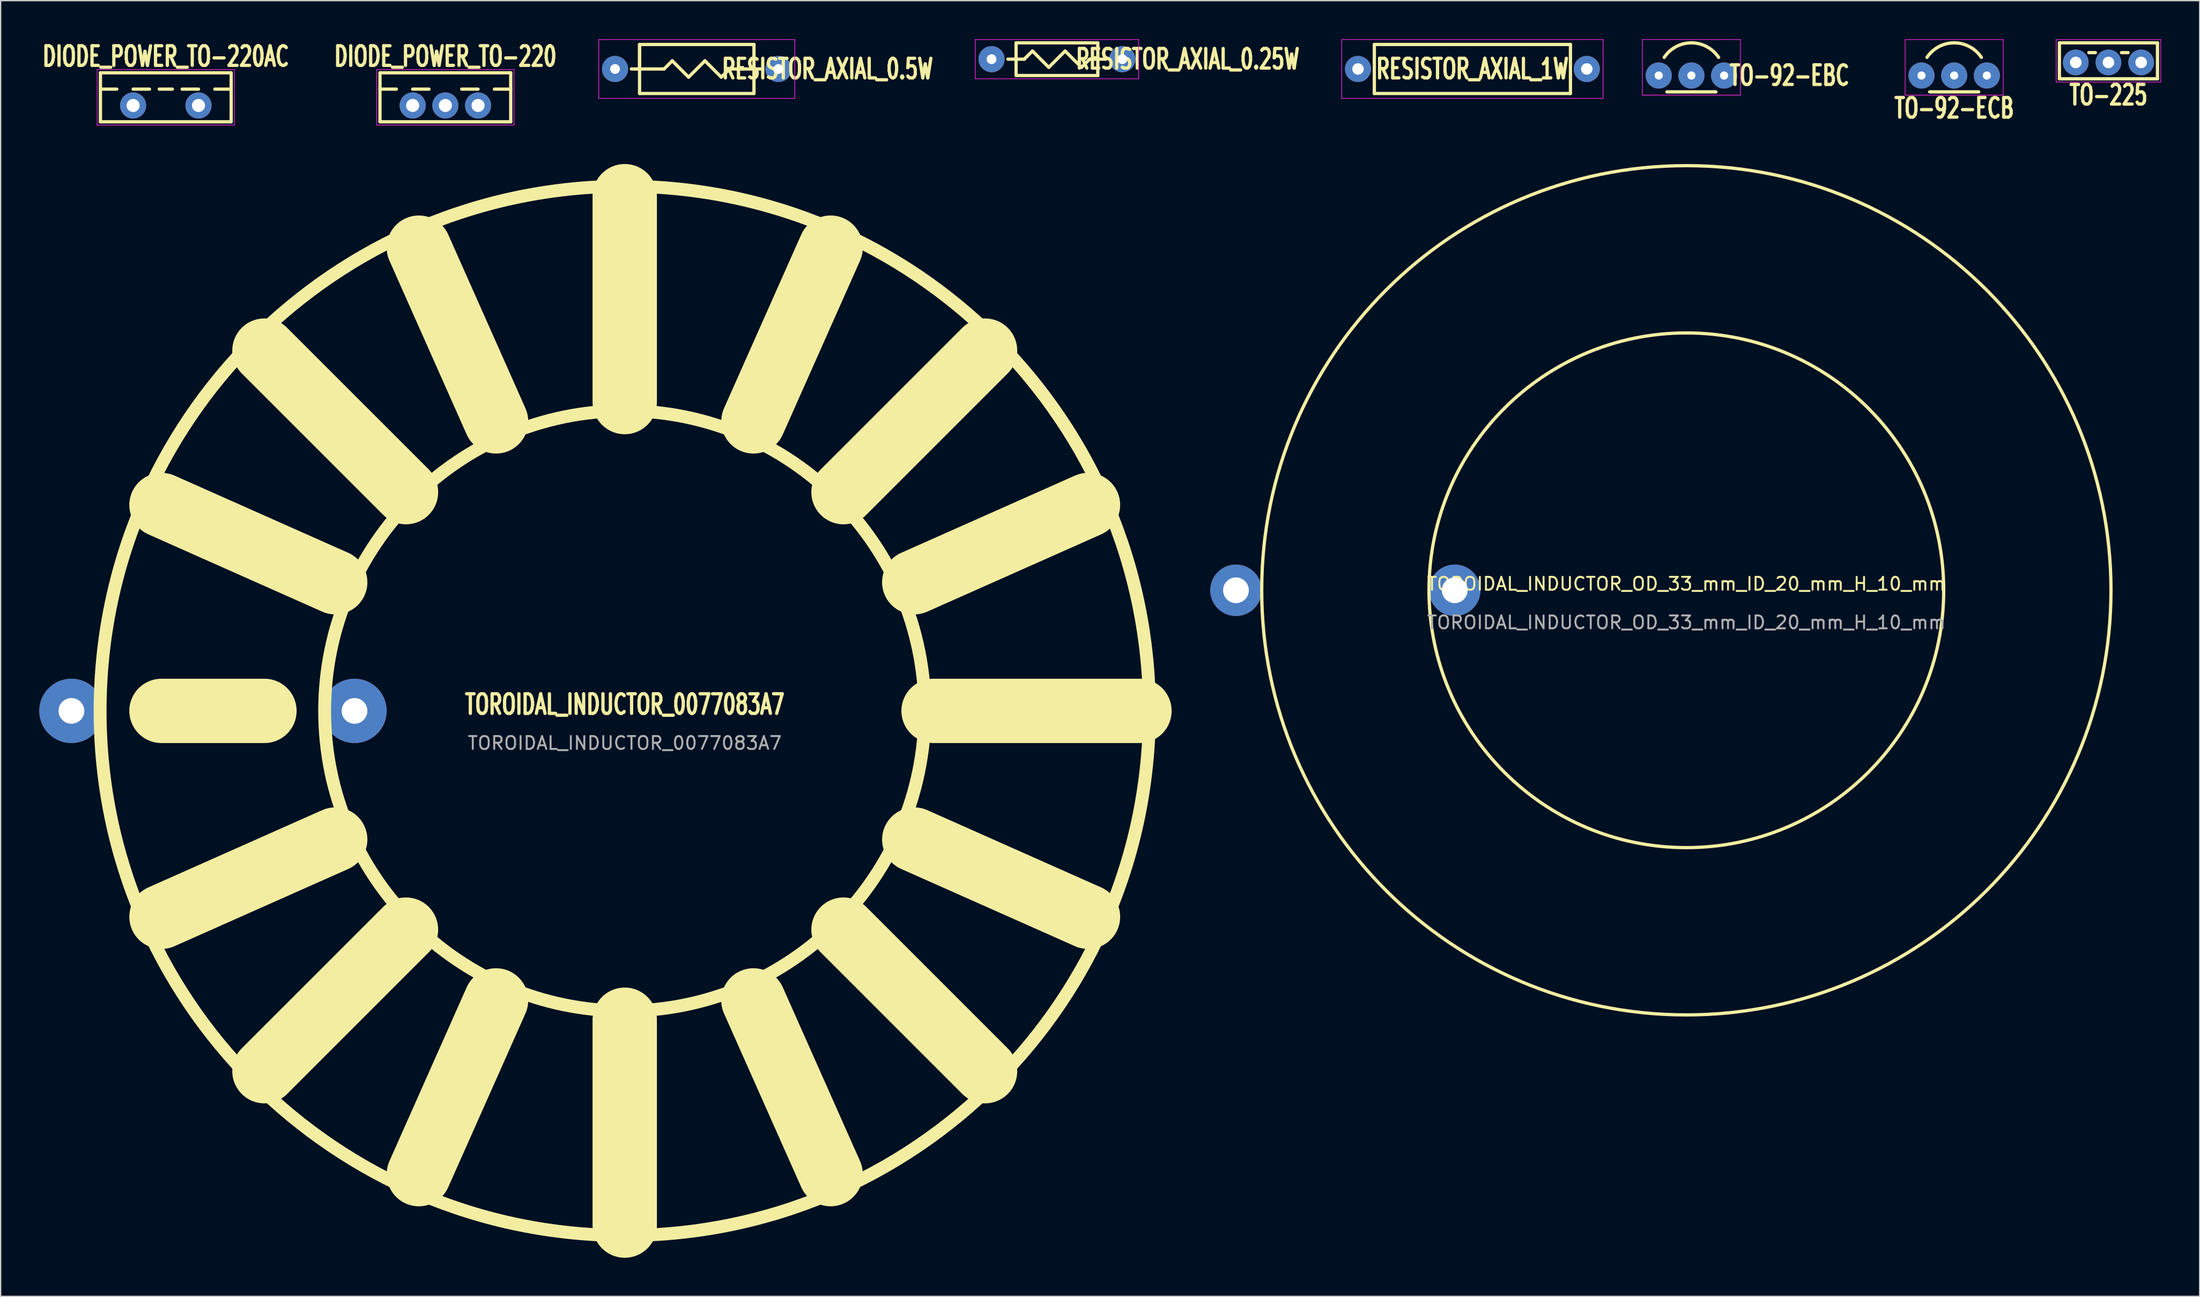
<source format=kicad_pcb>
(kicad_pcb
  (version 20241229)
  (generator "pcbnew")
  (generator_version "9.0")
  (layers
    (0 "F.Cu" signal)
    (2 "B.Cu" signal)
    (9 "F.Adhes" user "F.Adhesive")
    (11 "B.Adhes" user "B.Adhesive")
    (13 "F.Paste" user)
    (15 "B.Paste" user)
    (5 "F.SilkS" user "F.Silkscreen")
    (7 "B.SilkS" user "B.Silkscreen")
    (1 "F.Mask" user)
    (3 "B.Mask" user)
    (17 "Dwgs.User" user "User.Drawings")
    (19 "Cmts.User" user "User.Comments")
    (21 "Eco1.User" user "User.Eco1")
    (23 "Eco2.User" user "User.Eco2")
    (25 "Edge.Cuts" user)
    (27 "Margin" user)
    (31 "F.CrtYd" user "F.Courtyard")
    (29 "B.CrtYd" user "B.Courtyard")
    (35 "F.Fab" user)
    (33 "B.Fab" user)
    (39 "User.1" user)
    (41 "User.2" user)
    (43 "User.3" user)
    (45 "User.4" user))
  (footprint "RESISTOR_AXIAL_0.5W"
    (layer "F.Cu")
    (at 51.097 2.311)
    (property "Reference" "RESISTOR_AXIAL_0.5W" (at 10.16 0 0) (layer "F.SilkS") (effects (font (size 1.524 1.016) (thickness 0.254))))
    (attr through_hole)
    (fp_line (start -4.445 -1.905) (end -4.445 0) (stroke (width 0.254) (type solid)) (layer "F.SilkS"))
    (fp_line (start -4.445 -1.905) (end -4.445 1.905) (stroke (width 0.254) (type solid)) (layer "F.SilkS"))
    (fp_line (start -4.445 1.905) (end 4.445 1.905) (stroke (width 0.254) (type solid)) (layer "F.SilkS"))
    (fp_line (start -2.54 0) (end -5.08 0) (stroke (width 0.254) (type solid)) (layer "F.SilkS"))
    (fp_line (start -1.905 -0.635) (end -2.54 0) (stroke (width 0.254) (type solid)) (layer "F.SilkS"))
    (fp_line (start -0.635 0.635) (end -1.905 -0.635) (stroke (width 0.254) (type solid)) (layer "F.SilkS"))
    (fp_line (start 0.635 -0.635) (end -0.635 0.635) (stroke (width 0.254) (type solid)) (layer "F.SilkS"))
    (fp_line (start 0.635 -0.635) (end 1.905 0.635) (stroke (width 0.254) (type solid)) (layer "F.SilkS"))
    (fp_line (start 1.905 0.635) (end 2.54 0) (stroke (width 0.254) (type solid)) (layer "F.SilkS"))
    (fp_line (start 2.54 0) (end 5.08 0) (stroke (width 0.254) (type solid)) (layer "F.SilkS"))
    (fp_line (start 4.445 -1.905) (end -4.445 -1.905) (stroke (width 0.254) (type solid)) (layer "F.SilkS"))
    (fp_line (start 4.445 1.905) (end 4.445 -1.905) (stroke (width 0.254) (type solid)) (layer "F.SilkS"))
    (fp_line (start -7.62 -2.286) (end 7.62 -2.286) (stroke (width 0.051) (type solid)) (layer "F.CrtYd"))
    (fp_line (start -7.62 2.286) (end -7.62 -2.286) (stroke (width 0.051) (type solid)) (layer "F.CrtYd"))
    (fp_line (start 7.62 -2.286) (end 7.62 2.286) (stroke (width 0.051) (type solid)) (layer "F.CrtYd"))
    (fp_line (start 7.62 2.286) (end -7.62 2.286) (stroke (width 0.051) (type solid)) (layer "F.CrtYd"))
    (pad "1" thru_hole circle (at -6.35 0) (size 2.032 2.032) (drill 0.762) (layers "*.Cu" "*.Mask"))
    (pad "2" thru_hole circle (at 6.35 0) (size 2.032 2.032) (drill 0.762) (layers "*.Cu" "*.Mask")))
  (footprint "TO-92-ECB"
    (layer "F.Cu")
    (at 148.814 2.819)
    (property "Reference" "TO-92-ECB" (at 0 2.54 0) (layer "F.SilkS") (effects (font (size 1.524 1.016) (thickness 0.254))))
    (attr through_hole)
    (fp_line (start -1.905 1.27) (end 1.905 1.27) (stroke (width 0.254) (type solid)) (layer "F.SilkS"))
    (fp_arc (start -2.113408 -1.408938) (mid -1.198519 -2.239453) (end 0 -2.54) (stroke (width 0.254) (type solid)) (layer "F.SilkS"))
    (fp_arc (start 0 -2.54) (mid 1.198519 -2.239453) (end 2.113408 -1.408938) (stroke (width 0.254) (type solid)) (layer "F.SilkS"))
    (fp_line (start -3.81 -2.794) (end -3.81 1.524) (stroke (width 0.051) (type solid)) (layer "F.CrtYd"))
    (fp_line (start -3.81 -2.794) (end 3.81 -2.794) (stroke (width 0.051) (type solid)) (layer "F.CrtYd"))
    (fp_line (start -3.81 1.524) (end 3.81 1.524) (stroke (width 0.051) (type solid)) (layer "F.CrtYd"))
    (fp_line (start 3.81 1.524) (end 3.81 -2.794) (stroke (width 0.051) (type solid)) (layer "F.CrtYd"))
    (pad "1" thru_hole circle (at 0 0) (size 2.032 2.032) (drill 0.635) (layers "*.Cu" "*.Mask"))
    (pad "2" thru_hole circle (at 2.54 0) (size 2.032 2.032) (drill 0.635) (layers "*.Cu" "*.Mask"))
    (pad "3" thru_hole circle (at -2.54 0) (size 2.032 2.032) (drill 0.635) (layers "*.Cu" "*.Mask")))
  (footprint "RESISTOR_AXIAL_1W"
    (layer "F.Cu")
    (at 111.373 2.311)
    (property "Reference" "RESISTOR_AXIAL_1W" (at 0 0 0) (layer "F.SilkS") (effects (font (size 1.524 1.016) (thickness 0.254))))
    (attr through_hole)
    (fp_line (start -7.62 -1.905) (end -7.62 1.905) (stroke (width 0.254) (type solid)) (layer "F.SilkS"))
    (fp_line (start -7.62 1.905) (end 7.62 1.905) (stroke (width 0.254) (type solid)) (layer "F.SilkS"))
    (fp_line (start 7.62 -1.905) (end -7.62 -1.905) (stroke (width 0.254) (type solid)) (layer "F.SilkS"))
    (fp_line (start 7.62 1.905) (end 7.62 -1.905) (stroke (width 0.254) (type solid)) (layer "F.SilkS"))
    (fp_line (start -10.16 -2.286) (end 10.16 -2.286) (stroke (width 0.051) (type solid)) (layer "F.CrtYd"))
    (fp_line (start -10.16 2.286) (end -10.16 -2.286) (stroke (width 0.051) (type solid)) (layer "F.CrtYd"))
    (fp_line (start 10.16 -2.286) (end 10.16 2.286) (stroke (width 0.051) (type solid)) (layer "F.CrtYd"))
    (fp_line (start 10.16 2.286) (end -10.16 2.286) (stroke (width 0.051) (type solid)) (layer "F.CrtYd"))
    (pad "1" thru_hole circle (at -8.89 0) (size 2.032 2.032) (drill 0.889) (layers "*.Cu" "*.Mask"))
    (pad "2" thru_hole circle (at 8.89 0) (size 2.032 2.032) (drill 0.889) (layers "*.Cu" "*.Mask")))
  (footprint "TOROIDAL_INDUCTOR_0077083A7"
    (layer "F.Cu")
    (at 45.5 52.197)
    (property "Reference" "TOROIDAL_INDUCTOR_0077083A7" (at 0 -0.5 0) (unlocked yes) (layer "F.SilkS") (effects (font (size 1.524 1.016) (thickness 0.254))))
    (attr through_hole)
    (fp_line (start -36 -16) (end -22.5 -10) (stroke (width 5) (type solid)) (layer "F.SilkS"))
    (fp_line (start -36 0) (end -28 0) (stroke (width 5) (type solid)) (layer "F.SilkS"))
    (fp_line (start -36 16) (end -22.5 10) (stroke (width 5) (type solid)) (layer "F.SilkS"))
    (fp_line (start -28 -28) (end -17 -17) (stroke (width 5) (type solid)) (layer "F.SilkS"))
    (fp_line (start -28 28) (end -17 17) (stroke (width 5) (type solid)) (layer "F.SilkS"))
    (fp_line (start -16 -36) (end -10 -22.5) (stroke (width 5) (type solid)) (layer "F.SilkS"))
    (fp_line (start -16 36) (end -10 22.5) (stroke (width 5) (type solid)) (layer "F.SilkS"))
    (fp_line (start 0 -40) (end 0 -24) (stroke (width 5) (type solid)) (layer "F.SilkS"))
    (fp_line (start 0 24) (end 0 40) (stroke (width 5) (type solid)) (layer "F.SilkS"))
    (fp_line (start 16 -36) (end 10 -22.5) (stroke (width 5) (type solid)) (layer "F.SilkS"))
    (fp_line (start 16 36) (end 10 22.5) (stroke (width 5) (type solid)) (layer "F.SilkS"))
    (fp_line (start 24 0) (end 40 0) (stroke (width 5) (type solid)) (layer "F.SilkS"))
    (fp_line (start 28 -28) (end 17 -17) (stroke (width 5) (type solid)) (layer "F.SilkS"))
    (fp_line (start 28 28) (end 17 17) (stroke (width 5) (type solid)) (layer "F.SilkS"))
    (fp_line (start 36 -16) (end 22.5 -10) (stroke (width 5) (type solid)) (layer "F.SilkS"))
    (fp_line (start 36 16) (end 22.5 10) (stroke (width 5) (type solid)) (layer "F.SilkS"))
    (fp_circle (center 0 0) (end 23.32 0) (stroke (width 1) (type solid)) (fill no) (layer "F.SilkS"))
    (fp_circle (center 0 0) (end 40.77 0) (stroke (width 1) (type solid)) (fill no) (layer "F.SilkS"))
    (fp_text user "${REFERENCE}" (at 0 2.5 0) (unlocked yes) (layer "F.Fab") (effects (font (size 1 1) (thickness 0.15))))
    (pad "1" thru_hole circle (at -21 0) (size 5 5) (drill 2) (layers "*.Cu" "*.Mask"))
    (pad "2" thru_hole circle (at -43 0) (size 5 5) (drill 2) (layers "*.Cu" "*.Mask")))
  (footprint "TO-92-EBC"
    (layer "F.Cu")
    (at 128.394 2.819)
    (property "Reference" "TO-92-EBC" (at 7.62 0 0) (layer "F.SilkS") (effects (font (size 1.524 1.016) (thickness 0.254))))
    (attr through_hole)
    (fp_line (start -1.905 1.27) (end 1.905 1.27) (stroke (width 0.254) (type solid)) (layer "F.SilkS"))
    (fp_arc (start -2.113408 -1.408938) (mid -1.198519 -2.239453) (end 0 -2.54) (stroke (width 0.254) (type solid)) (layer "F.SilkS"))
    (fp_arc (start 0 -2.54) (mid 1.198519 -2.239453) (end 2.113408 -1.408938) (stroke (width 0.254) (type solid)) (layer "F.SilkS"))
    (fp_line (start -3.81 -2.794) (end -3.81 1.524) (stroke (width 0.051) (type solid)) (layer "F.CrtYd"))
    (fp_line (start -3.81 -2.794) (end 3.81 -2.794) (stroke (width 0.051) (type solid)) (layer "F.CrtYd"))
    (fp_line (start -3.81 1.524) (end 3.81 1.524) (stroke (width 0.051) (type solid)) (layer "F.CrtYd"))
    (fp_line (start 3.81 1.524) (end 3.81 -2.794) (stroke (width 0.051) (type solid)) (layer "F.CrtYd"))
    (pad "1" thru_hole circle (at 2.54 0) (size 2.032 2.032) (drill 0.635) (layers "*.Cu" "*.Mask"))
    (pad "2" thru_hole circle (at 0 0) (size 2.032 2.032) (drill 0.635) (layers "*.Cu" "*.Mask"))
    (pad "3" thru_hole circle (at -2.54 0) (size 2.032 2.032) (drill 0.635) (layers "*.Cu" "*.Mask")))
  (footprint "DIODE_POWER_TO-220"
    (layer "F.Cu")
    (at 31.56 5.147)
    (property "Reference" "DIODE_POWER_TO-220" (at 0 -3.81 0) (layer "F.SilkS") (effects (font (size 1.524 1.016) (thickness 0.254))))
    (attr through_hole)
    (fp_line (start -5.08 -2.54) (end -5.08 1.27) (stroke (width 0.254) (type solid)) (layer "F.SilkS"))
    (fp_line (start -5.08 -1.27) (end -3.81 -1.27) (stroke (width 0.254) (type solid)) (layer "F.SilkS"))
    (fp_line (start -5.08 1.27) (end 5.08 1.27) (stroke (width 0.254) (type solid)) (layer "F.SilkS"))
    (fp_line (start -2.54 -1.27) (end -1.27 -1.27) (stroke (width 0.254) (type solid)) (layer "F.SilkS"))
    (fp_line (start 1.27 -1.27) (end 2.54 -1.27) (stroke (width 0.254) (type solid)) (layer "F.SilkS"))
    (fp_line (start 3.81 -1.27) (end 5.08 -1.27) (stroke (width 0.254) (type solid)) (layer "F.SilkS"))
    (fp_line (start 5.08 -2.54) (end -5.08 -2.54) (stroke (width 0.254) (type solid)) (layer "F.SilkS"))
    (fp_line (start 5.08 1.27) (end 5.08 -2.54) (stroke (width 0.254) (type solid)) (layer "F.SilkS"))
    (fp_line (start -5.334 -2.794) (end -5.334 1.524) (stroke (width 0.051) (type solid)) (layer "F.CrtYd"))
    (fp_line (start -5.334 1.524) (end 5.334 1.524) (stroke (width 0.051) (type solid)) (layer "F.CrtYd"))
    (fp_line (start 5.334 -2.794) (end -5.334 -2.794) (stroke (width 0.051) (type solid)) (layer "F.CrtYd"))
    (fp_line (start 5.334 1.524) (end 5.334 -2.794) (stroke (width 0.051) (type solid)) (layer "F.CrtYd"))
    (pad "1" thru_hole circle (at -2.54 0) (size 2.032 2.032) (drill 1.016) (layers "*.Cu" "*.Mask"))
    (pad "1" thru_hole circle (at 2.54 0) (size 2.032 2.032) (drill 1.016) (layers "*.Cu" "*.Mask"))
    (pad "2" thru_hole circle (at 0 0) (size 2.032 2.032) (drill 1.016) (layers "*.Cu" "*.Mask")))
  (footprint "TOROIDAL_INDUCTOR_OD_33_mm_ID_20_mm_H_10_mm"
    (layer "F.Cu")
    (at 128 42.824)
    (property "Reference" "TOROIDAL_INDUCTOR_OD_33_mm_ID_20_mm_H_10_mm" (at 0 -0.5 0) (unlocked yes) (layer "F.SilkS") (effects (font (size 1 1) (thickness 0.15))))
    (attr through_hole)
    (fp_circle (center 0 0) (end 20 0) (stroke (width 0.254) (type solid)) (fill no) (layer "F.SilkS"))
    (fp_circle (center 0 0) (end 33 0) (stroke (width 0.254) (type solid)) (fill no) (layer "F.SilkS"))
    (fp_text user "${REFERENCE}" (at 0 2.5 0) (unlocked yes) (layer "F.Fab") (effects (font (size 1 1) (thickness 0.15))))
    (pad "1" thru_hole circle (at -18 0) (size 4 4) (drill 2) (layers "*.Cu" "*.Mask"))
    (pad "2" thru_hole circle (at -35 0) (size 4 4) (drill 2) (layers "*.Cu" "*.Mask")))
  (footprint "RESISTOR_AXIAL_0.25W"
    (layer "F.Cu")
    (at 79.088 1.549)
    (property "Reference" "RESISTOR_AXIAL_0.25W" (at 10.16 0 0) (layer "F.SilkS") (effects (font (size 1.524 1.016) (thickness 0.254))))
    (attr through_hole)
    (fp_line (start -3.175 -1.27) (end -3.175 1.27) (stroke (width 0.254) (type solid)) (layer "F.SilkS"))
    (fp_line (start -3.175 1.27) (end 3.175 1.27) (stroke (width 0.254) (type solid)) (layer "F.SilkS"))
    (fp_line (start -2.54 0) (end -3.81 0) (stroke (width 0.254) (type solid)) (layer "F.SilkS"))
    (fp_line (start -2.54 0) (end -1.905 -0.635) (stroke (width 0.254) (type solid)) (layer "F.SilkS"))
    (fp_line (start -1.905 -0.635) (end -0.635 0.635) (stroke (width 0.254) (type solid)) (layer "F.SilkS"))
    (fp_line (start -0.635 0.635) (end 0.635 -0.635) (stroke (width 0.254) (type solid)) (layer "F.SilkS"))
    (fp_line (start 0.635 -0.635) (end 1.905 0.635) (stroke (width 0.254) (type solid)) (layer "F.SilkS"))
    (fp_line (start 1.905 0.635) (end 2.54 0) (stroke (width 0.254) (type solid)) (layer "F.SilkS"))
    (fp_line (start 2.54 0) (end 3.81 0) (stroke (width 0.254) (type solid)) (layer "F.SilkS"))
    (fp_line (start 3.175 -1.27) (end -3.175 -1.27) (stroke (width 0.254) (type solid)) (layer "F.SilkS"))
    (fp_line (start 3.175 1.27) (end 3.175 -1.27) (stroke (width 0.254) (type solid)) (layer "F.SilkS"))
    (fp_line (start -6.35 -1.524) (end -6.35 1.524) (stroke (width 0.051) (type solid)) (layer "F.CrtYd"))
    (fp_line (start -6.35 1.524) (end 6.35 1.524) (stroke (width 0.051) (type solid)) (layer "F.CrtYd"))
    (fp_line (start 6.35 -1.524) (end -6.35 -1.524) (stroke (width 0.051) (type solid)) (layer "F.CrtYd"))
    (fp_line (start 6.35 1.524) (end 6.35 -1.524) (stroke (width 0.051) (type solid)) (layer "F.CrtYd"))
    (pad "1" thru_hole circle (at -5.08 0) (size 2.032 2.032) (drill 0.762) (layers "*.Cu" "*.Mask"))
    (pad "2" thru_hole circle (at 5.08 0) (size 2.032 2.032) (drill 0.762) (layers "*.Cu" "*.Mask")))
  (footprint "DIODE_POWER_TO-220AC"
    (layer "F.Cu")
    (at 9.835 5.147)
    (property "Reference" "DIODE_POWER_TO-220AC" (at 0 -3.81 0) (layer "F.SilkS") (effects (font (size 1.524 1.016) (thickness 0.254))))
    (attr through_hole)
    (fp_line (start -5.08 -2.54) (end -5.08 1.27) (stroke (width 0.254) (type solid)) (layer "F.SilkS"))
    (fp_line (start -5.08 -1.27) (end -3.81 -1.27) (stroke (width 0.254) (type solid)) (layer "F.SilkS"))
    (fp_line (start -5.08 1.27) (end 5.08 1.27) (stroke (width 0.254) (type solid)) (layer "F.SilkS"))
    (fp_line (start -2.54 -1.27) (end -1.27 -1.27) (stroke (width 0.254) (type solid)) (layer "F.SilkS"))
    (fp_line (start -0.508 -1.27) (end 0.508 -1.27) (stroke (width 0.254) (type solid)) (layer "F.SilkS"))
    (fp_line (start 1.27 -1.27) (end 2.54 -1.27) (stroke (width 0.254) (type solid)) (layer "F.SilkS"))
    (fp_line (start 3.81 -1.27) (end 5.08 -1.27) (stroke (width 0.254) (type solid)) (layer "F.SilkS"))
    (fp_line (start 5.08 -2.54) (end -5.08 -2.54) (stroke (width 0.254) (type solid)) (layer "F.SilkS"))
    (fp_line (start 5.08 1.27) (end 5.08 -2.54) (stroke (width 0.254) (type solid)) (layer "F.SilkS"))
    (fp_line (start -5.334 -2.794) (end -5.334 1.524) (stroke (width 0.051) (type solid)) (layer "F.CrtYd"))
    (fp_line (start -5.334 1.524) (end 5.334 1.524) (stroke (width 0.051) (type solid)) (layer "F.CrtYd"))
    (fp_line (start 5.334 -2.794) (end -5.334 -2.794) (stroke (width 0.051) (type solid)) (layer "F.CrtYd"))
    (fp_line (start 5.334 1.524) (end 5.334 -2.794) (stroke (width 0.051) (type solid)) (layer "F.CrtYd"))
    (pad "1" thru_hole circle (at -2.54 0) (size 2.032 2.032) (drill 1.016) (layers "*.Cu" "*.Mask"))
    (pad "2" thru_hole circle (at 2.54 0) (size 2.032 2.032) (drill 1.016) (layers "*.Cu" "*.Mask")))
  (footprint "TO-225"
    (layer "F.Cu")
    (at 160.803 1.803)
    (property "Reference" "TO-225" (at 0 2.54 0) (layer "F.SilkS") (effects (font (size 1.524 1.016) (thickness 0.254))))
    (attr through_hole)
    (fp_line (start -3.81 -1.524) (end 3.81 -1.524) (stroke (width 0.254) (type solid)) (layer "F.SilkS"))
    (fp_line (start -3.81 1.27) (end -3.81 -1.524) (stroke (width 0.254) (type solid)) (layer "F.SilkS"))
    (fp_line (start -1.524 -0.762) (end -1.016 -0.762) (stroke (width 0.254) (type solid)) (layer "F.SilkS"))
    (fp_line (start 1.016 -0.762) (end 1.524 -0.762) (stroke (width 0.254) (type solid)) (layer "F.SilkS"))
    (fp_line (start 3.81 -1.524) (end 3.81 1.27) (stroke (width 0.254) (type solid)) (layer "F.SilkS"))
    (fp_line (start 3.81 1.27) (end -3.81 1.27) (stroke (width 0.254) (type solid)) (layer "F.SilkS"))
    (fp_line (start -4.064 -1.778) (end -4.064 1.524) (stroke (width 0.051) (type solid)) (layer "F.CrtYd"))
    (fp_line (start -4.064 1.524) (end 4.064 1.524) (stroke (width 0.051) (type solid)) (layer "F.CrtYd"))
    (fp_line (start 4.064 -1.778) (end -4.064 -1.778) (stroke (width 0.051) (type solid)) (layer "F.CrtYd"))
    (fp_line (start 4.064 1.524) (end 4.064 -1.778) (stroke (width 0.051) (type solid)) (layer "F.CrtYd"))
    (pad "1" thru_hole circle (at 0 0) (size 2 2) (drill 0.9) (layers "*.Cu" "*.Mask"))
    (pad "2" thru_hole circle (at 2.54 0) (size 2 2) (drill 0.9) (layers "*.Cu" "*.Mask"))
    (pad "3" thru_hole circle (at -2.54 0) (size 2 2) (drill 0.9) (layers "*.Cu" "*.Mask")))
  (gr_rect
    (start -3 -3)
    (end 167.892 97.697)
    (stroke (width 0.1) (type default))
    (fill no)
    (layer "Edge.Cuts")))
</source>
